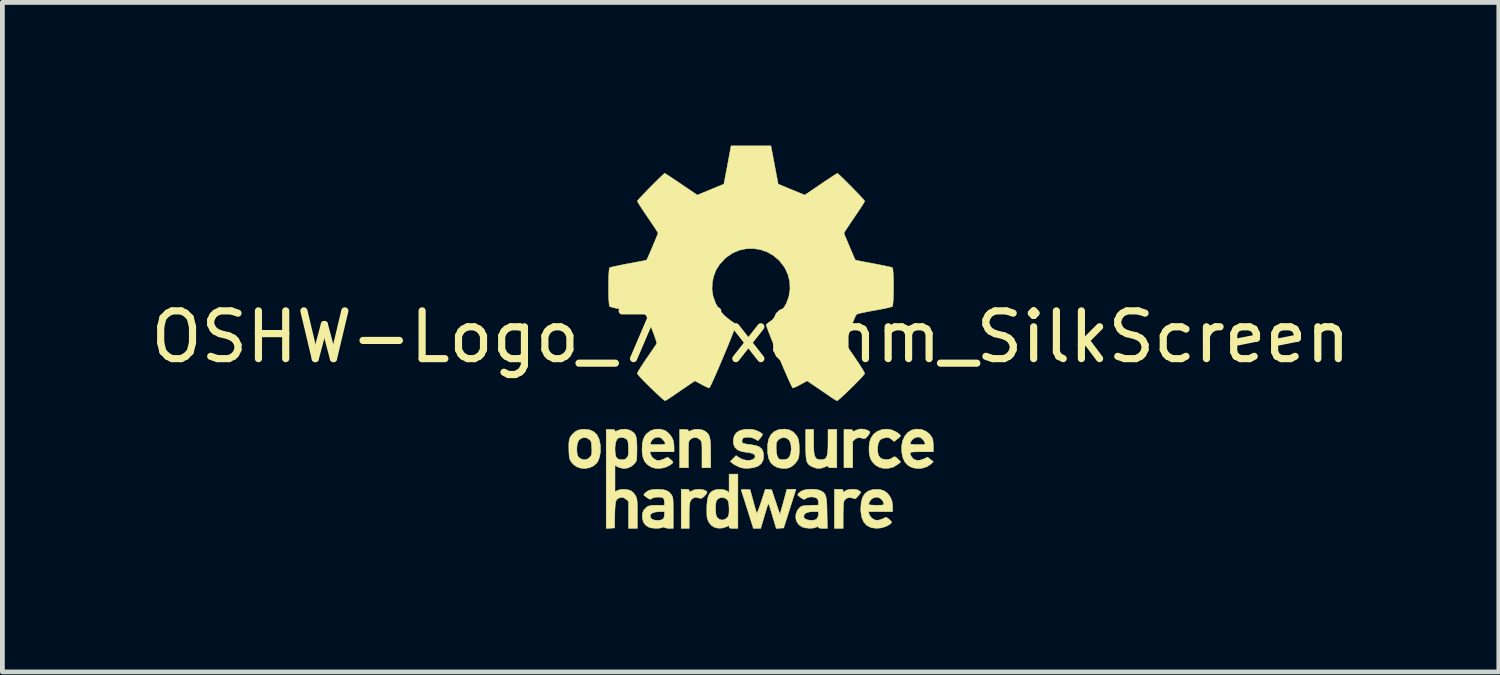
<source format=kicad_pcb>
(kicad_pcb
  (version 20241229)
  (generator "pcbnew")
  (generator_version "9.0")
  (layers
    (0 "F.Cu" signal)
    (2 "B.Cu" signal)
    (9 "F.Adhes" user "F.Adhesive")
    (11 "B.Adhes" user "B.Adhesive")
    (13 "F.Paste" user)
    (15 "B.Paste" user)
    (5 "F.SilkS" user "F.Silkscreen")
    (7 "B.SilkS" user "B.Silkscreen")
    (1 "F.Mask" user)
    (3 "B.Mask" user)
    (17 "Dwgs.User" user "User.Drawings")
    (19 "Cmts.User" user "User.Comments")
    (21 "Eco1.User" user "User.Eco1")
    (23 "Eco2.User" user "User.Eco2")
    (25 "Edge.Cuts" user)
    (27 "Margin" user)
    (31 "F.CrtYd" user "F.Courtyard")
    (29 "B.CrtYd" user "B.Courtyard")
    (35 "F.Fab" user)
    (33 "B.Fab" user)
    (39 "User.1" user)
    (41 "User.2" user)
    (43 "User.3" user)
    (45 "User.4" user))
  (footprint "OSHW-Logo_7.5x8mm_SilkScreen"
    (layer "F.Cu")
    (at 12.673 4.007)
    (property "Reference" "OSHW-Logo_7.5x8mm_SilkScreen" (at 0 0 180) (layer "F.SilkS") (effects (font (size 1 1) (thickness 0.15))))
    (attr exclude_from_pos_files exclude_from_bom)
    (fp_poly (pts (xy 2.391 1.938) (xy 2.449 1.955) (xy 2.486 1.977) (xy 2.498 1.995) (xy 2.495 2.016) (xy 2.473 2.048) (xy 2.455 2.072) (xy 2.417 2.113) (xy 2.389 2.131) (xy 2.365 2.13) (xy 2.294 2.112) (xy 2.241 2.113) (xy 2.199 2.133) (xy 2.185 2.145) (xy 2.139 2.187) (xy 2.139 2.741) (xy 1.955 2.741) (xy 1.955 1.938) (xy 2.047 1.938) (xy 2.102 1.941) (xy 2.131 1.948) (xy 2.139 1.963) (xy 2.139 1.964) (xy 2.143 1.98) (xy 2.16 1.978) (xy 2.185 1.966) (xy 2.235 1.945) (xy 2.276 1.932) (xy 2.329 1.929) (xy 2.391 1.938)) (stroke (width 0.01) (type solid)) (fill yes) (layer "F.SilkS"))
    (fp_poly (pts (xy 2.173 3.191) (xy 2.237 3.204) (xy 2.274 3.223) (xy 2.312 3.254) (xy 2.258 3.323) (xy 2.224 3.365) (xy 2.201 3.385) (xy 2.178 3.389) (xy 2.145 3.378) (xy 2.129 3.373) (xy 2.066 3.364) (xy 2.007 3.382) (xy 1.964 3.423) (xy 1.957 3.436) (xy 1.95 3.47) (xy 1.944 3.533) (xy 1.94 3.621) (xy 1.938 3.729) (xy 1.938 3.744) (xy 1.938 4.011) (xy 1.755 4.011) (xy 1.755 3.192) (xy 1.847 3.192) (xy 1.9 3.193) (xy 1.927 3.199) (xy 1.937 3.213) (xy 1.938 3.226) (xy 1.938 3.261) (xy 1.982 3.226) (xy 2.033 3.203) (xy 2.101 3.191) (xy 2.173 3.191)) (stroke (width 0.01) (type solid)) (fill yes) (layer "F.SilkS"))
    (fp_poly (pts (xy -1.32 3.193) (xy -1.295 3.201) (xy -1.287 3.217) (xy -1.287 3.225) (xy -1.285 3.246) (xy -1.275 3.249) (xy -1.248 3.235) (xy -1.232 3.225) (xy -1.182 3.204) (xy -1.122 3.194) (xy -1.059 3.193) (xy -0.999 3.201) (xy -0.951 3.216) (xy -0.92 3.237) (xy -0.914 3.264) (xy -0.917 3.272) (xy -0.94 3.302) (xy -0.974 3.339) (xy -0.98 3.345) (xy -1.013 3.373) (xy -1.042 3.382) (xy -1.081 3.376) (xy -1.097 3.371) (xy -1.146 3.361) (xy -1.181 3.366) (xy -1.211 3.382) (xy -1.237 3.403) (xy -1.257 3.43) (xy -1.271 3.467) (xy -1.28 3.52) (xy -1.285 3.593) (xy -1.287 3.693) (xy -1.287 3.753) (xy -1.287 4.011) (xy -1.454 4.011) (xy -1.454 3.192) (xy -1.37 3.192) (xy -1.32 3.193)) (stroke (width 0.01) (type solid)) (fill yes) (layer "F.SilkS"))
    (fp_poly (pts (xy 1.32 2.199) (xy 1.322 2.321) (xy 1.327 2.414) (xy 1.339 2.482) (xy 1.358 2.527) (xy 1.385 2.555) (xy 1.423 2.569) (xy 1.471 2.572) (xy 1.52 2.568) (xy 1.557 2.554) (xy 1.584 2.525) (xy 1.603 2.479) (xy 1.614 2.41) (xy 1.62 2.316) (xy 1.621 2.199) (xy 1.621 1.938) (xy 1.805 1.938) (xy 1.805 2.741) (xy 1.713 2.741) (xy 1.657 2.738) (xy 1.629 2.73) (xy 1.621 2.715) (xy 1.616 2.702) (xy 1.597 2.705) (xy 1.559 2.724) (xy 1.47 2.753) (xy 1.377 2.751) (xy 1.287 2.719) (xy 1.244 2.694) (xy 1.212 2.667) (xy 1.188 2.633) (xy 1.171 2.588) (xy 1.161 2.526) (xy 1.156 2.444) (xy 1.153 2.336) (xy 1.153 2.252) (xy 1.153 1.938) (xy 1.32 1.938) (xy 1.32 2.199)) (stroke (width 0.01) (type solid)) (fill yes) (layer "F.SilkS"))
    (fp_poly (pts (xy -1.002 1.952) (xy -0.96 1.972) (xy -0.92 2.001) (xy -0.889 2.034) (xy -0.867 2.076) (xy -0.852 2.132) (xy -0.842 2.207) (xy -0.838 2.305) (xy -0.836 2.431) (xy -0.836 2.444) (xy -0.836 2.741) (xy -1.019 2.741) (xy -1.019 2.467) (xy -1.019 2.366) (xy -1.02 2.292) (xy -1.023 2.241) (xy -1.028 2.207) (xy -1.035 2.184) (xy -1.047 2.167) (xy -1.063 2.15) (xy -1.12 2.113) (xy -1.183 2.106) (xy -1.242 2.129) (xy -1.262 2.147) (xy -1.278 2.163) (xy -1.288 2.18) (xy -1.296 2.204) (xy -1.3 2.24) (xy -1.302 2.294) (xy -1.303 2.371) (xy -1.303 2.464) (xy -1.303 2.741) (xy -1.487 2.741) (xy -1.487 1.938) (xy -1.395 1.938) (xy -1.34 1.941) (xy -1.312 1.948) (xy -1.303 1.963) (xy -1.303 1.964) (xy -1.3 1.979) (xy -1.283 1.977) (xy -1.249 1.961) (xy -1.173 1.937) (xy -1.086 1.934) (xy -1.002 1.952)) (stroke (width 0.01) (type solid)) (fill yes) (layer "F.SilkS"))
    (fp_poly (pts (xy 2.947 1.945) (xy 3.043 1.987) (xy 3.074 2.007) (xy 3.113 2.037) (xy 3.137 2.062) (xy 3.142 2.069) (xy 3.13 2.087) (xy 3.099 2.117) (xy 3.074 2.137) (xy 3.007 2.191) (xy 2.954 2.147) (xy 2.913 2.118) (xy 2.873 2.108) (xy 2.827 2.11) (xy 2.754 2.128) (xy 2.704 2.166) (xy 2.674 2.227) (xy 2.66 2.314) (xy 2.66 2.314) (xy 2.661 2.412) (xy 2.68 2.484) (xy 2.717 2.533) (xy 2.742 2.549) (xy 2.809 2.57) (xy 2.881 2.57) (xy 2.943 2.55) (xy 2.958 2.54) (xy 2.995 2.515) (xy 3.024 2.511) (xy 3.055 2.53) (xy 3.089 2.563) (xy 3.144 2.619) (xy 3.083 2.669) (xy 2.99 2.726) (xy 2.884 2.753) (xy 2.774 2.751) (xy 2.701 2.733) (xy 2.617 2.687) (xy 2.549 2.616) (xy 2.518 2.565) (xy 2.493 2.492) (xy 2.481 2.401) (xy 2.481 2.301) (xy 2.493 2.205) (xy 2.517 2.125) (xy 2.521 2.117) (xy 2.578 2.036) (xy 2.655 1.978) (xy 2.746 1.942) (xy 2.846 1.931) (xy 2.947 1.945)) (stroke (width 0.01) (type solid)) (fill yes) (layer "F.SilkS"))
    (fp_poly (pts (xy 0.812 1.948) (xy 0.896 1.994) (xy 0.962 2.067) (xy 0.993 2.126) (xy 1.007 2.178) (xy 1.016 2.253) (xy 1.019 2.338) (xy 1.018 2.425) (xy 1.011 2.5) (xy 1.003 2.541) (xy 0.975 2.596) (xy 0.928 2.655) (xy 0.871 2.706) (xy 0.815 2.739) (xy 0.814 2.74) (xy 0.744 2.754) (xy 0.661 2.754) (xy 0.582 2.741) (xy 0.552 2.731) (xy 0.473 2.686) (xy 0.417 2.628) (xy 0.38 2.551) (xy 0.36 2.45) (xy 0.355 2.397) (xy 0.356 2.331) (xy 0.535 2.331) (xy 0.541 2.428) (xy 0.558 2.502) (xy 0.586 2.549) (xy 0.605 2.562) (xy 0.656 2.572) (xy 0.716 2.569) (xy 0.767 2.555) (xy 0.781 2.548) (xy 0.817 2.504) (xy 0.84 2.438) (xy 0.851 2.357) (xy 0.846 2.271) (xy 0.835 2.218) (xy 0.803 2.158) (xy 0.753 2.12) (xy 0.693 2.107) (xy 0.631 2.121) (xy 0.584 2.154) (xy 0.559 2.182) (xy 0.544 2.209) (xy 0.537 2.246) (xy 0.535 2.303) (xy 0.535 2.331) (xy 0.356 2.331) (xy 0.356 2.256) (xy 0.379 2.14) (xy 0.424 2.05) (xy 0.49 1.985) (xy 0.579 1.945) (xy 0.597 1.941) (xy 0.711 1.93) (xy 0.812 1.948)) (stroke (width 0.01) (type solid)) (fill yes) (layer "F.SilkS"))
    (fp_poly (pts (xy 0.374 3.195) (xy 0.44 3.2) (xy 0.527 3.459) (xy 0.613 3.718) (xy 0.64 3.626) (xy 0.656 3.569) (xy 0.678 3.493) (xy 0.701 3.408) (xy 0.713 3.363) (xy 0.759 3.192) (xy 0.949 3.192) (xy 0.893 3.371) (xy 0.865 3.46) (xy 0.831 3.566) (xy 0.796 3.677) (xy 0.764 3.777) (xy 0.692 4.002) (xy 0.537 4.012) (xy 0.495 3.874) (xy 0.469 3.787) (xy 0.441 3.692) (xy 0.416 3.608) (xy 0.415 3.605) (xy 0.397 3.548) (xy 0.381 3.509) (xy 0.369 3.495) (xy 0.367 3.496) (xy 0.359 3.519) (xy 0.343 3.568) (xy 0.322 3.637) (xy 0.297 3.719) (xy 0.284 3.764) (xy 0.211 4.011) (xy 0.057 4.011) (xy -0.065 3.622) (xy -0.1 3.513) (xy -0.131 3.414) (xy -0.158 3.33) (xy -0.179 3.265) (xy -0.193 3.224) (xy -0.197 3.212) (xy -0.193 3.199) (xy -0.168 3.194) (xy -0.116 3.195) (xy -0.108 3.195) (xy -0.011 3.2) (xy 0.053 3.434) (xy 0.076 3.519) (xy 0.097 3.594) (xy 0.114 3.653) (xy 0.124 3.687) (xy 0.126 3.693) (xy 0.134 3.686) (xy 0.15 3.653) (xy 0.173 3.596) (xy 0.199 3.522) (xy 0.222 3.454) (xy 0.308 3.19) (xy 0.374 3.195)) (stroke (width 0.01) (type solid)) (fill yes) (layer "F.SilkS"))
    (fp_poly (pts (xy -3.373 1.947) (xy -3.286 1.986) (xy -3.219 2.05) (xy -3.174 2.141) (xy -3.149 2.257) (xy -3.148 2.276) (xy -3.146 2.404) (xy -3.164 2.516) (xy -3.2 2.608) (xy -3.22 2.637) (xy -3.287 2.699) (xy -3.372 2.739) (xy -3.468 2.756) (xy -3.566 2.748) (xy -3.64 2.721) (xy -3.704 2.677) (xy -3.756 2.62) (xy -3.757 2.618) (xy -3.778 2.583) (xy -3.792 2.547) (xy -3.8 2.502) (xy -3.805 2.438) (xy -3.807 2.385) (xy -3.808 2.338) (xy -3.641 2.338) (xy -3.64 2.385) (xy -3.634 2.448) (xy -3.623 2.488) (xy -3.604 2.517) (xy -3.587 2.534) (xy -3.524 2.569) (xy -3.459 2.574) (xy -3.398 2.548) (xy -3.367 2.52) (xy -3.345 2.492) (xy -3.332 2.464) (xy -3.327 2.429) (xy -3.326 2.376) (xy -3.328 2.327) (xy -3.332 2.256) (xy -3.338 2.211) (xy -3.348 2.181) (xy -3.366 2.159) (xy -3.381 2.146) (xy -3.44 2.112) (xy -3.505 2.11) (xy -3.559 2.13) (xy -3.605 2.172) (xy -3.632 2.241) (xy -3.641 2.338) (xy -3.808 2.338) (xy -3.809 2.281) (xy -3.806 2.203) (xy -3.796 2.145) (xy -3.778 2.099) (xy -3.75 2.058) (xy -3.74 2.046) (xy -3.676 1.985) (xy -3.607 1.95) (xy -3.523 1.935) (xy -3.482 1.934) (xy -3.373 1.947)) (stroke (width 0.01) (type solid)) (fill yes) (layer "F.SilkS"))
    (fp_poly (pts (xy -0.267 4.011) (xy -0.359 4.011) (xy -0.413 4.009) (xy -0.44 4.002) (xy -0.45 3.988) (xy -0.451 3.979) (xy -0.453 3.96) (xy -0.464 3.956) (xy -0.491 3.968) (xy -0.513 3.979) (xy -0.597 4.005) (xy -0.687 4.006) (xy -0.761 3.987) (xy -0.83 3.94) (xy -0.882 3.871) (xy -0.911 3.789) (xy -0.912 3.785) (xy -0.916 3.735) (xy -0.918 3.664) (xy -0.918 3.61) (xy -0.735 3.61) (xy -0.731 3.681) (xy -0.721 3.741) (xy -0.708 3.774) (xy -0.659 3.82) (xy -0.601 3.836) (xy -0.54 3.823) (xy -0.489 3.783) (xy -0.469 3.757) (xy -0.458 3.725) (xy -0.453 3.679) (xy -0.451 3.609) (xy -0.454 3.54) (xy -0.46 3.48) (xy -0.469 3.44) (xy -0.47 3.436) (xy -0.506 3.393) (xy -0.558 3.369) (xy -0.616 3.365) (xy -0.67 3.382) (xy -0.71 3.419) (xy -0.714 3.426) (xy -0.727 3.471) (xy -0.734 3.536) (xy -0.735 3.61) (xy -0.918 3.61) (xy -0.918 3.582) (xy -0.917 3.538) (xy -0.908 3.43) (xy -0.891 3.349) (xy -0.863 3.288) (xy -0.821 3.244) (xy -0.78 3.217) (xy -0.723 3.199) (xy -0.653 3.193) (xy -0.58 3.198) (xy -0.518 3.214) (xy -0.485 3.233) (xy -0.451 3.264) (xy -0.451 2.874) (xy -0.267 2.874) (xy -0.267 4.011)) (stroke (width 0.01) (type solid)) (fill yes) (layer "F.SilkS"))
    (fp_poly (pts (xy 3.559 1.936) (xy 3.602 1.946) (xy 3.684 1.984) (xy 3.754 2.042) (xy 3.802 2.112) (xy 3.809 2.128) (xy 3.818 2.168) (xy 3.825 2.229) (xy 3.827 2.29) (xy 3.827 2.406) (xy 3.584 2.406) (xy 3.484 2.407) (xy 3.414 2.409) (xy 3.369 2.415) (xy 3.346 2.426) (xy 3.341 2.445) (xy 3.35 2.472) (xy 3.366 2.504) (xy 3.41 2.558) (xy 3.472 2.584) (xy 3.547 2.583) (xy 3.632 2.554) (xy 3.706 2.519) (xy 3.767 2.567) (xy 3.828 2.615) (xy 3.77 2.668) (xy 3.694 2.718) (xy 3.599 2.749) (xy 3.498 2.757) (xy 3.4 2.742) (xy 3.384 2.737) (xy 3.298 2.692) (xy 3.234 2.625) (xy 3.19 2.533) (xy 3.166 2.416) (xy 3.166 2.414) (xy 3.164 2.286) (xy 3.172 2.24) (xy 3.342 2.24) (xy 3.358 2.247) (xy 3.4 2.252) (xy 3.462 2.255) (xy 3.502 2.256) (xy 3.576 2.256) (xy 3.622 2.254) (xy 3.646 2.249) (xy 3.654 2.24) (xy 3.652 2.224) (xy 3.65 2.218) (xy 3.621 2.163) (xy 3.574 2.118) (xy 3.532 2.098) (xy 3.477 2.099) (xy 3.421 2.124) (xy 3.374 2.165) (xy 3.346 2.214) (xy 3.342 2.24) (xy 3.172 2.24) (xy 3.185 2.173) (xy 3.228 2.079) (xy 3.289 2.005) (xy 3.366 1.955) (xy 3.457 1.931) (xy 3.559 1.936)) (stroke (width 0.01) (type solid)) (fill yes) (layer "F.SilkS"))
    (fp_poly (pts (xy 0.019 1.936) (xy 0.082 1.948) (xy 0.148 1.973) (xy 0.155 1.976) (xy 0.204 2.002) (xy 0.239 2.026) (xy 0.25 2.042) (xy 0.239 2.067) (xy 0.214 2.105) (xy 0.202 2.119) (xy 0.155 2.174) (xy 0.094 2.138) (xy 0.036 2.114) (xy -0.03 2.101) (xy -0.095 2.101) (xy -0.144 2.113) (xy -0.156 2.12) (xy -0.179 2.154) (xy -0.182 2.194) (xy -0.165 2.225) (xy -0.155 2.231) (xy -0.124 2.238) (xy -0.072 2.247) (xy -0.006 2.255) (xy 0.006 2.257) (xy 0.11 2.275) (xy 0.186 2.306) (xy 0.237 2.352) (xy 0.265 2.416) (xy 0.273 2.495) (xy 0.261 2.585) (xy 0.222 2.655) (xy 0.156 2.707) (xy 0.062 2.739) (xy -0.042 2.752) (xy -0.127 2.752) (xy -0.195 2.74) (xy -0.242 2.724) (xy -0.302 2.696) (xy -0.356 2.664) (xy -0.376 2.65) (xy -0.426 2.609) (xy -0.305 2.486) (xy -0.236 2.532) (xy -0.168 2.566) (xy -0.094 2.584) (xy -0.023 2.586) (xy 0.037 2.572) (xy 0.08 2.543) (xy 0.093 2.518) (xy 0.091 2.479) (xy 0.057 2.449) (xy -0.009 2.428) (xy -0.081 2.418) (xy -0.192 2.4) (xy -0.275 2.365) (xy -0.33 2.313) (xy -0.359 2.243) (xy -0.363 2.16) (xy -0.343 2.073) (xy -0.298 2.007) (xy -0.228 1.962) (xy -0.131 1.938) (xy -0.06 1.933) (xy 0.019 1.936)) (stroke (width 0.01) (type solid)) (fill yes) (layer "F.SilkS"))
    (fp_poly (pts (xy 2.701 3.196) (xy 2.781 3.217) (xy 2.848 3.26) (xy 2.88 3.292) (xy 2.933 3.367) (xy 2.964 3.455) (xy 2.974 3.563) (xy 2.974 3.572) (xy 2.974 3.66) (xy 2.47 3.66) (xy 2.48 3.706) (xy 2.5 3.747) (xy 2.534 3.791) (xy 2.541 3.797) (xy 2.602 3.835) (xy 2.672 3.841) (xy 2.752 3.817) (xy 2.766 3.81) (xy 2.807 3.79) (xy 2.835 3.778) (xy 2.84 3.777) (xy 2.857 3.788) (xy 2.89 3.813) (xy 2.906 3.827) (xy 2.94 3.858) (xy 2.951 3.879) (xy 2.944 3.899) (xy 2.94 3.904) (xy 2.911 3.927) (xy 2.865 3.955) (xy 2.832 3.971) (xy 2.74 4) (xy 2.638 4.009) (xy 2.542 3.998) (xy 2.515 3.99) (xy 2.431 3.946) (xy 2.369 3.877) (xy 2.329 3.783) (xy 2.309 3.663) (xy 2.307 3.601) (xy 2.313 3.51) (xy 2.473 3.51) (xy 2.489 3.517) (xy 2.53 3.522) (xy 2.591 3.525) (xy 2.632 3.526) (xy 2.706 3.525) (xy 2.752 3.523) (xy 2.778 3.517) (xy 2.789 3.507) (xy 2.791 3.493) (xy 2.776 3.448) (xy 2.74 3.403) (xy 2.693 3.369) (xy 2.645 3.355) (xy 2.581 3.368) (xy 2.525 3.403) (xy 2.486 3.455) (xy 2.473 3.51) (xy 2.313 3.51) (xy 2.316 3.469) (xy 2.344 3.363) (xy 2.393 3.284) (xy 2.462 3.23) (xy 2.552 3.2) (xy 2.6 3.195) (xy 2.701 3.196)) (stroke (width 0.01) (type solid)) (fill yes) (layer "F.SilkS"))
    (fp_poly (pts (xy -1.803 1.957) (xy -1.786 1.965) (xy -1.729 2.007) (xy -1.674 2.069) (xy -1.634 2.137) (xy -1.622 2.168) (xy -1.611 2.223) (xy -1.605 2.291) (xy -1.604 2.319) (xy -1.604 2.406) (xy -2.109 2.406) (xy -2.098 2.452) (xy -2.072 2.507) (xy -2.026 2.554) (xy -1.971 2.584) (xy -1.936 2.59) (xy -1.888 2.583) (xy -1.832 2.563) (xy -1.812 2.555) (xy -1.741 2.519) (xy -1.68 2.565) (xy -1.645 2.597) (xy -1.627 2.623) (xy -1.626 2.63) (xy -1.643 2.649) (xy -1.679 2.677) (xy -1.712 2.698) (xy -1.802 2.738) (xy -1.902 2.755) (xy -2.001 2.751) (xy -2.08 2.727) (xy -2.162 2.675) (xy -2.22 2.607) (xy -2.256 2.519) (xy -2.273 2.407) (xy -2.274 2.356) (xy -2.269 2.239) (xy -2.268 2.236) (xy -2.101 2.236) (xy -2.096 2.247) (xy -2.077 2.253) (xy -2.038 2.255) (xy -1.973 2.256) (xy -1.948 2.256) (xy -1.872 2.255) (xy -1.824 2.252) (xy -1.798 2.245) (xy -1.788 2.235) (xy -1.788 2.231) (xy -1.799 2.204) (xy -1.825 2.166) (xy -1.836 2.153) (xy -1.878 2.115) (xy -1.922 2.1) (xy -1.945 2.099) (xy -2.009 2.114) (xy -2.062 2.156) (xy -2.096 2.216) (xy -2.097 2.218) (xy -2.101 2.236) (xy -2.268 2.236) (xy -2.249 2.147) (xy -2.214 2.073) (xy -2.171 2.021) (xy -2.092 1.964) (xy -1.999 1.934) (xy -1.9 1.931) (xy -1.803 1.957)) (stroke (width 0.01) (type solid)) (fill yes) (layer "F.SilkS"))
    (fp_poly (pts (xy 1.38 3.197) (xy 1.45 3.214) (xy 1.471 3.223) (xy 1.51 3.247) (xy 1.541 3.273) (xy 1.563 3.308) (xy 1.579 3.354) (xy 1.589 3.418) (xy 1.596 3.503) (xy 1.6 3.614) (xy 1.601 3.689) (xy 1.607 4.011) (xy 1.514 4.011) (xy 1.457 4.008) (xy 1.428 4) (xy 1.42 3.986) (xy 1.416 3.972) (xy 1.399 3.975) (xy 1.374 3.986) (xy 1.314 4.004) (xy 1.236 4.009) (xy 1.154 4.001) (xy 1.081 3.981) (xy 1.075 3.978) (xy 1.008 3.931) (xy 0.964 3.866) (xy 0.944 3.791) (xy 0.946 3.763) (xy 1.11 3.763) (xy 1.125 3.8) (xy 1.168 3.826) (xy 1.237 3.84) (xy 1.274 3.842) (xy 1.336 3.837) (xy 1.377 3.819) (xy 1.387 3.81) (xy 1.414 3.762) (xy 1.42 3.718) (xy 1.42 3.66) (xy 1.339 3.66) (xy 1.244 3.664) (xy 1.178 3.68) (xy 1.136 3.706) (xy 1.126 3.718) (xy 1.11 3.763) (xy 0.946 3.763) (xy 0.949 3.711) (xy 0.979 3.635) (xy 1.02 3.584) (xy 1.045 3.561) (xy 1.069 3.547) (xy 1.101 3.538) (xy 1.148 3.533) (xy 1.218 3.53) (xy 1.246 3.529) (xy 1.42 3.523) (xy 1.42 3.47) (xy 1.413 3.415) (xy 1.389 3.381) (xy 1.34 3.36) (xy 1.338 3.359) (xy 1.268 3.351) (xy 1.2 3.362) (xy 1.149 3.389) (xy 1.129 3.402) (xy 1.107 3.4) (xy 1.073 3.381) (xy 1.053 3.367) (xy 1.014 3.338) (xy 0.99 3.317) (xy 0.986 3.311) (xy 1.002 3.279) (xy 1.049 3.24) (xy 1.069 3.227) (xy 1.128 3.205) (xy 1.207 3.192) (xy 1.295 3.19) (xy 1.38 3.197)) (stroke (width 0.01) (type solid)) (fill yes) (layer "F.SilkS"))
    (fp_poly (pts (xy -1.84 3.198) (xy -1.761 3.219) (xy -1.701 3.257) (xy -1.659 3.307) (xy -1.646 3.328) (xy -1.636 3.35) (xy -1.629 3.379) (xy -1.625 3.419) (xy -1.622 3.475) (xy -1.621 3.554) (xy -1.621 3.659) (xy -1.621 3.687) (xy -1.621 4.011) (xy -1.701 4.011) (xy -1.752 4.007) (xy -1.79 3.998) (xy -1.8 3.992) (xy -1.826 3.983) (xy -1.852 3.992) (xy -1.896 4.004) (xy -1.959 4.009) (xy -2.029 4.007) (xy -2.093 3.998) (xy -2.131 3.987) (xy -2.203 3.94) (xy -2.248 3.876) (xy -2.269 3.79) (xy -2.269 3.788) (xy -2.267 3.75) (xy -2.106 3.75) (xy -2.091 3.793) (xy -2.068 3.817) (xy -2.022 3.836) (xy -1.961 3.843) (xy -1.899 3.84) (xy -1.849 3.825) (xy -1.835 3.816) (xy -1.811 3.773) (xy -1.805 3.724) (xy -1.805 3.66) (xy -1.897 3.66) (xy -1.985 3.666) (xy -2.052 3.686) (xy -2.093 3.715) (xy -2.106 3.75) (xy -2.267 3.75) (xy -2.265 3.694) (xy -2.234 3.62) (xy -2.175 3.564) (xy -2.167 3.559) (xy -2.133 3.542) (xy -2.09 3.532) (xy -2.03 3.527) (xy -1.959 3.526) (xy -1.805 3.526) (xy -1.805 3.461) (xy -1.811 3.411) (xy -1.828 3.377) (xy -1.83 3.375) (xy -1.867 3.361) (xy -1.923 3.355) (xy -1.986 3.358) (xy -2.04 3.369) (xy -2.073 3.385) (xy -2.091 3.398) (xy -2.109 3.4) (xy -2.135 3.39) (xy -2.174 3.363) (xy -2.232 3.318) (xy -2.238 3.314) (xy -2.235 3.299) (xy -2.212 3.273) (xy -2.177 3.244) (xy -2.139 3.22) (xy -2.127 3.214) (xy -2.083 3.203) (xy -2.019 3.195) (xy -1.947 3.192) (xy -1.943 3.192) (xy -1.84 3.198)) (stroke (width 0.01) (type solid)) (fill yes) (layer "F.SilkS"))
    (fp_poly (pts (xy -2.537 1.952) (xy -2.501 1.97) (xy -2.458 2) (xy -2.426 2.033) (xy -2.405 2.075) (xy -2.391 2.131) (xy -2.384 2.206) (xy -2.381 2.307) (xy -2.381 2.351) (xy -2.382 2.446) (xy -2.384 2.514) (xy -2.387 2.561) (xy -2.394 2.594) (xy -2.405 2.618) (xy -2.416 2.634) (xy -2.485 2.703) (xy -2.567 2.745) (xy -2.656 2.757) (xy -2.745 2.739) (xy -2.773 2.726) (xy -2.841 2.691) (xy -2.841 3.243) (xy -2.791 3.217) (xy -2.727 3.197) (xy -2.647 3.192) (xy -2.567 3.202) (xy -2.507 3.223) (xy -2.457 3.263) (xy -2.414 3.32) (xy -2.411 3.326) (xy -2.397 3.353) (xy -2.387 3.381) (xy -2.381 3.415) (xy -2.376 3.46) (xy -2.374 3.523) (xy -2.373 3.608) (xy -2.373 3.704) (xy -2.373 4.011) (xy -2.557 4.011) (xy -2.557 3.445) (xy -2.608 3.402) (xy -2.662 3.367) (xy -2.712 3.361) (xy -2.763 3.377) (xy -2.79 3.393) (xy -2.81 3.416) (xy -2.825 3.45) (xy -2.834 3.5) (xy -2.84 3.572) (xy -2.844 3.67) (xy -2.845 3.735) (xy -2.849 4.002) (xy -2.937 4.007) (xy -3.025 4.012) (xy -3.025 2.353) (xy -2.841 2.353) (xy -2.836 2.446) (xy -2.82 2.51) (xy -2.791 2.55) (xy -2.745 2.569) (xy -2.699 2.573) (xy -2.646 2.569) (xy -2.612 2.551) (xy -2.59 2.528) (xy -2.573 2.502) (xy -2.563 2.474) (xy -2.558 2.434) (xy -2.558 2.375) (xy -2.559 2.325) (xy -2.563 2.251) (xy -2.568 2.202) (xy -2.577 2.17) (xy -2.591 2.15) (xy -2.605 2.137) (xy -2.661 2.111) (xy -2.727 2.107) (xy -2.765 2.116) (xy -2.803 2.148) (xy -2.827 2.211) (xy -2.84 2.304) (xy -2.841 2.353) (xy -3.025 2.353) (xy -3.025 1.938) (xy -2.933 1.938) (xy -2.878 1.941) (xy -2.849 1.948) (xy -2.841 1.963) (xy -2.841 1.964) (xy -2.837 1.979) (xy -2.82 1.977) (xy -2.786 1.961) (xy -2.708 1.936) (xy -2.62 1.933) (xy -2.537 1.952)) (stroke (width 0.01) (type solid)) (fill yes) (layer "F.SilkS"))
    (fp_poly (pts (xy 0.501 -3.601) (xy 0.577 -3.201) (xy 1.134 -2.971) (xy 1.468 -3.198) (xy 1.562 -3.262) (xy 1.647 -3.318) (xy 1.718 -3.365) (xy 1.773 -3.4) (xy 1.807 -3.421) (xy 1.817 -3.426) (xy 1.833 -3.414) (xy 1.869 -3.382) (xy 1.919 -3.335) (xy 1.981 -3.274) (xy 2.049 -3.206) (xy 2.121 -3.134) (xy 2.191 -3.062) (xy 2.257 -2.994) (xy 2.313 -2.934) (xy 2.357 -2.886) (xy 2.383 -2.854) (xy 2.39 -2.844) (xy 2.38 -2.824) (xy 2.355 -2.781) (xy 2.316 -2.72) (xy 2.265 -2.643) (xy 2.206 -2.556) (xy 2.172 -2.506) (xy 2.11 -2.415) (xy 2.055 -2.333) (xy 2.01 -2.264) (xy 1.976 -2.212) (xy 1.958 -2.181) (xy 1.955 -2.174) (xy 1.961 -2.156) (xy 1.978 -2.113) (xy 2.004 -2.051) (xy 2.035 -1.977) (xy 2.069 -1.897) (xy 2.103 -1.816) (xy 2.136 -1.741) (xy 2.163 -1.677) (xy 2.184 -1.632) (xy 2.195 -1.61) (xy 2.195 -1.609) (xy 2.212 -1.605) (xy 2.257 -1.596) (xy 2.326 -1.582) (xy 2.414 -1.565) (xy 2.515 -1.546) (xy 2.575 -1.535) (xy 2.683 -1.514) (xy 2.781 -1.495) (xy 2.864 -1.477) (xy 2.926 -1.463) (xy 2.963 -1.453) (xy 2.97 -1.449) (xy 2.978 -1.427) (xy 2.983 -1.378) (xy 2.988 -1.307) (xy 2.991 -1.219) (xy 2.993 -1.122) (xy 2.993 -1.02) (xy 2.992 -0.919) (xy 2.989 -0.825) (xy 2.985 -0.745) (xy 2.98 -0.683) (xy 2.974 -0.646) (xy 2.97 -0.638) (xy 2.946 -0.629) (xy 2.896 -0.615) (xy 2.827 -0.6) (xy 2.744 -0.583) (xy 2.715 -0.578) (xy 2.576 -0.552) (xy 2.465 -0.532) (xy 2.381 -0.515) (xy 2.319 -0.502) (xy 2.274 -0.492) (xy 2.245 -0.483) (xy 2.227 -0.475) (xy 2.216 -0.467) (xy 2.214 -0.465) (xy 2.199 -0.44) (xy 2.176 -0.391) (xy 2.148 -0.324) (xy 2.116 -0.246) (xy 2.083 -0.161) (xy 2.051 -0.077) (xy 2.023 0.001) (xy 2 0.067) (xy 1.986 0.114) (xy 1.982 0.138) (xy 1.983 0.139) (xy 1.995 0.158) (xy 2.024 0.2) (xy 2.065 0.262) (xy 2.117 0.337) (xy 2.175 0.422) (xy 2.192 0.446) (xy 2.251 0.534) (xy 2.303 0.614) (xy 2.346 0.682) (xy 2.375 0.733) (xy 2.389 0.762) (xy 2.39 0.766) (xy 2.378 0.785) (xy 2.346 0.823) (xy 2.298 0.875) (xy 2.237 0.938) (xy 2.169 1.007) (xy 2.096 1.079) (xy 2.024 1.149) (xy 1.956 1.214) (xy 1.896 1.269) (xy 1.849 1.31) (xy 1.818 1.333) (xy 1.809 1.337) (xy 1.79 1.328) (xy 1.749 1.304) (xy 1.695 1.268) (xy 1.653 1.24) (xy 1.577 1.187) (xy 1.487 1.126) (xy 1.397 1.064) (xy 1.348 1.031) (xy 1.184 0.92) (xy 1.046 0.995) (xy 0.983 1.028) (xy 0.93 1.053) (xy 0.893 1.067) (xy 0.884 1.069) (xy 0.873 1.055) (xy 0.851 1.013) (xy 0.82 0.947) (xy 0.782 0.863) (xy 0.738 0.762) (xy 0.689 0.65) (xy 0.638 0.531) (xy 0.586 0.407) (xy 0.534 0.283) (xy 0.485 0.164) (xy 0.439 0.052) (xy 0.4 -0.049) (xy 0.367 -0.134) (xy 0.343 -0.199) (xy 0.33 -0.241) (xy 0.327 -0.256) (xy 0.345 -0.274) (xy 0.382 -0.304) (xy 0.432 -0.34) (xy 0.437 -0.343) (xy 0.566 -0.446) (xy 0.671 -0.567) (xy 0.749 -0.702) (xy 0.801 -0.846) (xy 0.825 -0.996) (xy 0.82 -1.147) (xy 0.785 -1.297) (xy 0.72 -1.441) (xy 0.701 -1.472) (xy 0.601 -1.599) (xy 0.483 -1.701) (xy 0.352 -1.777) (xy 0.21 -1.827) (xy 0.062 -1.851) (xy -0.087 -1.848) (xy -0.234 -1.817) (xy -0.375 -1.758) (xy -0.505 -1.67) (xy -0.545 -1.634) (xy -0.648 -1.522) (xy -0.723 -1.405) (xy -0.774 -1.273) (xy -0.802 -1.142) (xy -0.809 -0.996) (xy -0.786 -0.848) (xy -0.734 -0.705) (xy -0.657 -0.571) (xy -0.556 -0.452) (xy -0.434 -0.351) (xy -0.418 -0.34) (xy -0.368 -0.306) (xy -0.329 -0.276) (xy -0.311 -0.256) (xy -0.31 -0.256) (xy -0.314 -0.235) (xy -0.33 -0.188) (xy -0.356 -0.118) (xy -0.39 -0.03) (xy -0.431 0.073) (xy -0.477 0.187) (xy -0.527 0.307) (xy -0.579 0.431) (xy -0.631 0.554) (xy -0.682 0.673) (xy -0.73 0.783) (xy -0.773 0.88) (xy -0.81 0.962) (xy -0.84 1.023) (xy -0.86 1.06) (xy -0.868 1.069) (xy -0.892 1.062) (xy -0.938 1.042) (xy -0.997 1.012) (xy -1.029 0.995) (xy -1.167 0.92) (xy -1.331 1.031) (xy -1.415 1.088) (xy -1.507 1.151) (xy -1.593 1.21) (xy -1.636 1.24) (xy -1.697 1.28) (xy -1.748 1.313) (xy -1.783 1.332) (xy -1.795 1.337) (xy -1.812 1.325) (xy -1.849 1.294) (xy -1.902 1.246) (xy -1.969 1.184) (xy -2.045 1.111) (xy -2.093 1.065) (xy -2.178 0.982) (xy -2.251 0.908) (xy -2.309 0.846) (xy -2.351 0.799) (xy -2.371 0.77) (xy -2.373 0.764) (xy -2.364 0.742) (xy -2.338 0.696) (xy -2.299 0.633) (xy -2.249 0.556) (xy -2.192 0.47) (xy -2.175 0.446) (xy -2.115 0.359) (xy -2.062 0.281) (xy -2.017 0.215) (xy -1.985 0.167) (xy -1.968 0.142) (xy -1.966 0.139) (xy -1.968 0.118) (xy -1.982 0.073) (xy -2.003 0.008) (xy -2.031 -0.069) (xy -2.062 -0.152) (xy -2.095 -0.237) (xy -2.128 -0.317) (xy -2.157 -0.385) (xy -2.181 -0.436) (xy -2.197 -0.464) (xy -2.198 -0.465) (xy -2.208 -0.473) (xy -2.224 -0.481) (xy -2.251 -0.49) (xy -2.292 -0.5) (xy -2.351 -0.512) (xy -2.431 -0.528) (xy -2.536 -0.548) (xy -2.669 -0.572) (xy -2.698 -0.578) (xy -2.784 -0.594) (xy -2.859 -0.61) (xy -2.916 -0.625) (xy -2.949 -0.635) (xy -2.953 -0.638) (xy -2.96 -0.66) (xy -2.966 -0.71) (xy -2.971 -0.782) (xy -2.974 -0.869) (xy -2.976 -0.967) (xy -2.976 -1.069) (xy -2.975 -1.169) (xy -2.973 -1.263) (xy -2.969 -1.343) (xy -2.964 -1.405) (xy -2.958 -1.442) (xy -2.954 -1.449) (xy -2.932 -1.457) (xy -2.882 -1.469) (xy -2.809 -1.485) (xy -2.718 -1.504) (xy -2.614 -1.525) (xy -2.558 -1.535) (xy -2.45 -1.555) (xy -2.355 -1.573) (xy -2.275 -1.589) (xy -2.217 -1.6) (xy -2.184 -1.608) (xy -2.179 -1.609) (xy -2.17 -1.627) (xy -2.15 -1.669) (xy -2.123 -1.73) (xy -2.091 -1.804) (xy -2.057 -1.885) (xy -2.023 -1.966) (xy -1.991 -2.041) (xy -1.965 -2.105) (xy -1.947 -2.151) (xy -1.939 -2.174) (xy -1.938 -2.175) (xy -1.948 -2.193) (xy -1.973 -2.234) (xy -2.012 -2.295) (xy -2.063 -2.37) (xy -2.122 -2.457) (xy -2.156 -2.507) (xy -2.218 -2.598) (xy -2.273 -2.681) (xy -2.319 -2.751) (xy -2.352 -2.804) (xy -2.37 -2.837) (xy -2.373 -2.844) (xy -2.362 -2.861) (xy -2.33 -2.897) (xy -2.283 -2.948) (xy -2.224 -3.011) (xy -2.157 -3.08) (xy -2.086 -3.153) (xy -2.014 -3.224) (xy -1.947 -3.291) (xy -1.888 -3.348) (xy -1.841 -3.392) (xy -1.81 -3.419) (xy -1.799 -3.426) (xy -1.782 -3.417) (xy -1.742 -3.391) (xy -1.682 -3.352) (xy -1.606 -3.302) (xy -1.518 -3.243) (xy -1.452 -3.198) (xy -1.117 -2.971) (xy -0.839 -3.086) (xy -0.56 -3.201) (xy -0.484 -3.601) (xy -0.409 -4.002) (xy 0.425 -4.002) (xy 0.501 -3.601)) (stroke (width 0.01) (type solid)) (fill yes) (layer "F.SilkS")))
  (gr_rect
    (start -3 -3)
    (end 28.345 11.024)
    (stroke (width 0.1) (type default))
    (fill no)
    (layer "Edge.Cuts")))
</source>
